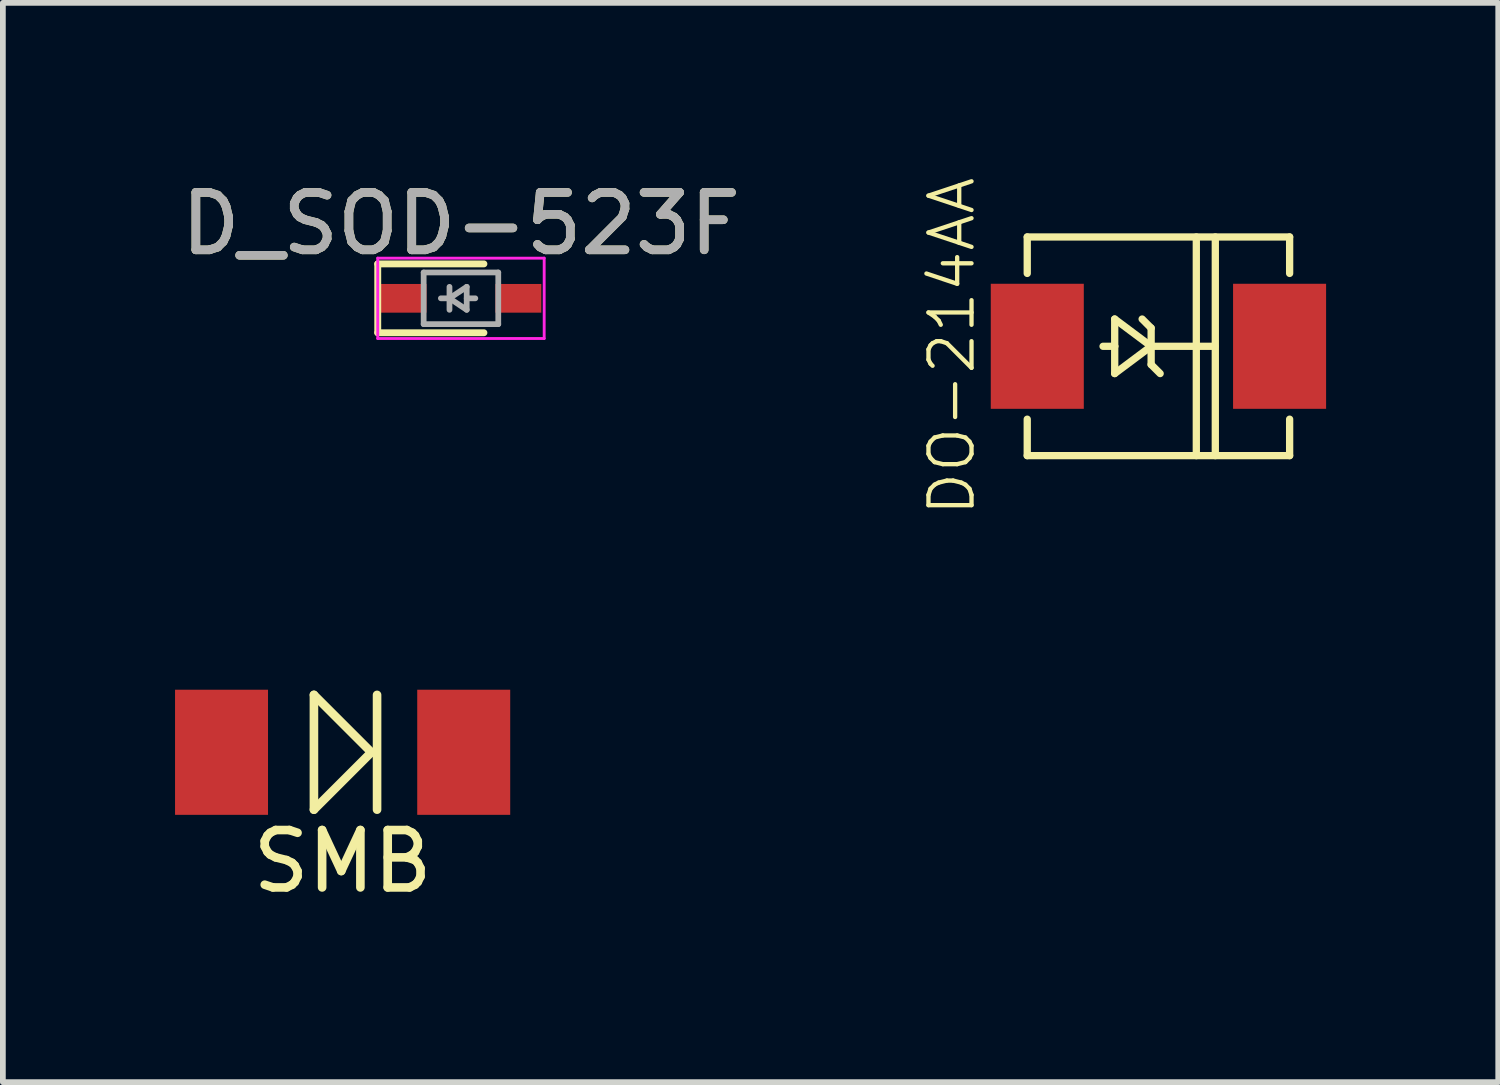
<source format=kicad_pcb>
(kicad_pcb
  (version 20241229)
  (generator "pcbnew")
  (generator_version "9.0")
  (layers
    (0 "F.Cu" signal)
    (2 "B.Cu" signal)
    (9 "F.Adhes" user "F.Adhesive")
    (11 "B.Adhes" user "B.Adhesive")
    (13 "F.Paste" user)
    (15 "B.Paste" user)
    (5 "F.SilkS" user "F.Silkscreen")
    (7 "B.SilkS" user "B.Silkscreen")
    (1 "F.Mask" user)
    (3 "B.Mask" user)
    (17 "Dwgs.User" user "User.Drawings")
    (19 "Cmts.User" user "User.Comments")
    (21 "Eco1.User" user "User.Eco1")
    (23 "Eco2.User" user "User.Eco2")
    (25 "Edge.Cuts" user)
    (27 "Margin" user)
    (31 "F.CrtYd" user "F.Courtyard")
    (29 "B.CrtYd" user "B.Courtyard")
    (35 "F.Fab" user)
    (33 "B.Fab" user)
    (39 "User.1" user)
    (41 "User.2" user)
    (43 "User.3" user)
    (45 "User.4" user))
  (footprint "DO-214AA"
    (layer "F.Cu")
    (at 17.135 2.984)
    (property "Reference" "DO-214AA" (at -3.6 0 90) (layer "F.SilkS") (effects (font (size 0.75 0.75) (thickness 0.075))))
    (attr smd)
    (fp_line (start -2.286 -1.905) (end 2.286 -1.905) (stroke (width 0.127) (type solid)) (layer "F.SilkS"))
    (fp_line (start -2.286 -1.27) (end -2.286 -1.905) (stroke (width 0.127) (type solid)) (layer "F.SilkS"))
    (fp_line (start -2.286 1.27) (end -2.286 1.905) (stroke (width 0.127) (type solid)) (layer "F.SilkS"))
    (fp_line (start -2.286 1.905) (end 2.286 1.905) (stroke (width 0.127) (type solid)) (layer "F.SilkS"))
    (fp_line (start -0.762 -0.475) (end -0.762 0) (stroke (width 0.127) (type solid)) (layer "F.SilkS"))
    (fp_line (start -0.762 0) (end -0.965 0) (stroke (width 0.127) (type solid)) (layer "F.SilkS"))
    (fp_line (start -0.762 0) (end -0.762 0.475) (stroke (width 0.127) (type solid)) (layer "F.SilkS"))
    (fp_line (start -0.762 0.475) (end -0.127 0) (stroke (width 0.127) (type solid)) (layer "F.SilkS"))
    (fp_line (start -0.127 -0.318) (end -0.284 -0.475) (stroke (width 0.127) (type solid)) (layer "F.SilkS"))
    (fp_line (start -0.127 0) (end -0.762 -0.475) (stroke (width 0.127) (type solid)) (layer "F.SilkS"))
    (fp_line (start -0.127 0) (end -0.127 -0.318) (stroke (width 0.127) (type solid)) (layer "F.SilkS"))
    (fp_line (start -0.127 0) (end -0.127 0.318) (stroke (width 0.127) (type solid)) (layer "F.SilkS"))
    (fp_line (start -0.127 0) (end 0.983 0) (stroke (width 0.127) (type solid)) (layer "F.SilkS"))
    (fp_line (start -0.127 0.318) (end 0.03 0.475) (stroke (width 0.127) (type solid)) (layer "F.SilkS"))
    (fp_line (start 0.66 1.905) (end 0.66 -1.905) (stroke (width 0.127) (type solid)) (layer "F.SilkS"))
    (fp_line (start 0.991 1.905) (end 0.991 -1.905) (stroke (width 0.127) (type solid)) (layer "F.SilkS"))
    (fp_line (start 2.286 -1.905) (end 2.286 -1.27) (stroke (width 0.127) (type solid)) (layer "F.SilkS"))
    (fp_line (start 2.286 1.905) (end 2.286 1.27) (stroke (width 0.127) (type solid)) (layer "F.SilkS"))
    (pad "1" smd rect (at 2.111 0) (size 1.621 2.179) (layers "F.Cu" "F.Mask" "F.Paste"))
    (pad "2" smd rect (at -2.111 0) (size 1.621 2.179) (layers "F.Cu" "F.Mask" "F.Paste")))
  (footprint "D_SOD-523F"
    (layer "F.Cu")
    (at 4.982 2.148)
    (property "Reference" "D_SOD-523F" (at 0 -1.3 0) (layer "F.SilkS") (effects (font (size 1 1) (thickness 0.15))))
    (attr smd)
    (fp_line (start -1.45 -0.6) (end -1.45 0.6) (stroke (width 0.12) (type solid)) (layer "F.SilkS"))
    (fp_line (start 0.4 -0.6) (end -1.45 -0.6) (stroke (width 0.12) (type solid)) (layer "F.SilkS"))
    (fp_line (start 0.4 0.6) (end -1.45 0.6) (stroke (width 0.12) (type solid)) (layer "F.SilkS"))
    (fp_line (start -1.45 -0.7) (end 1.45 -0.7) (stroke (width 0.05) (type solid)) (layer "F.CrtYd"))
    (fp_line (start -1.45 0.7) (end -1.45 -0.7) (stroke (width 0.05) (type solid)) (layer "F.CrtYd"))
    (fp_line (start 1.45 -0.7) (end 1.45 0.7) (stroke (width 0.05) (type solid)) (layer "F.CrtYd"))
    (fp_line (start 1.45 0.7) (end -1.45 0.7) (stroke (width 0.05) (type solid)) (layer "F.CrtYd"))
    (fp_line (start -0.65 -0.45) (end 0.65 -0.45) (stroke (width 0.1) (type solid)) (layer "F.Fab"))
    (fp_line (start -0.65 0.45) (end -0.65 -0.45) (stroke (width 0.1) (type solid)) (layer "F.Fab"))
    (fp_line (start -0.2 0) (end -0.35 0) (stroke (width 0.1) (type solid)) (layer "F.Fab"))
    (fp_line (start -0.2 0) (end 0.1 0.2) (stroke (width 0.1) (type solid)) (layer "F.Fab"))
    (fp_line (start -0.2 0.2) (end -0.2 -0.2) (stroke (width 0.1) (type solid)) (layer "F.Fab"))
    (fp_line (start 0.1 -0.2) (end -0.2 0) (stroke (width 0.1) (type solid)) (layer "F.Fab"))
    (fp_line (start 0.1 0) (end 0.25 0) (stroke (width 0.1) (type solid)) (layer "F.Fab"))
    (fp_line (start 0.1 0.2) (end 0.1 -0.2) (stroke (width 0.1) (type solid)) (layer "F.Fab"))
    (fp_line (start 0.65 -0.45) (end 0.65 0.45) (stroke (width 0.1) (type solid)) (layer "F.Fab"))
    (fp_line (start 0.65 0.45) (end -0.65 0.45) (stroke (width 0.1) (type solid)) (layer "F.Fab"))
    (fp_text user "${REFERENCE}" (at 0 -1.3 0) (layer "F.Fab") (effects (font (size 1 1) (thickness 0.15))))
    (pad "1" smd rect (at -1 0 180) (size 0.8 0.5) (layers "F.Cu" "F.Mask" "F.Paste"))
    (pad "2" smd rect (at 1 0 180) (size 0.8 0.5) (layers "F.Cu" "F.Mask" "F.Paste")))
  (footprint "SMB"
    (layer "F.Cu")
    (at 2.92 10.058)
    (property "Reference" "SMB" (at 0 1.9 0) (layer "F.SilkS") (effects (font (size 1 1) (thickness 0.15))))
    (attr through_hole)
    (fp_line (start -0.5 -1) (end -0.5 1) (stroke (width 0.15) (type solid)) (layer "F.SilkS"))
    (fp_line (start -0.5 -1) (end 0.5 0) (stroke (width 0.15) (type solid)) (layer "F.SilkS"))
    (fp_line (start -0.5 1) (end 0.5 0) (stroke (width 0.15) (type solid)) (layer "F.SilkS"))
    (fp_line (start 0.6 -1) (end 0.6 1) (stroke (width 0.15) (type solid)) (layer "F.SilkS"))
    (pad "1" smd rect (at 2.11 0) (size 1.62 2.18) (layers "F.Cu" "F.Mask" "F.Paste"))
    (pad "2" smd rect (at -2.11 0) (size 1.62 2.18) (layers "F.Cu" "F.Mask" "F.Paste")))
  (gr_rect
    (start -3 -3)
    (end 23.056 15.806)
    (stroke (width 0.1) (type default))
    (fill no)
    (layer "Edge.Cuts")))
</source>
